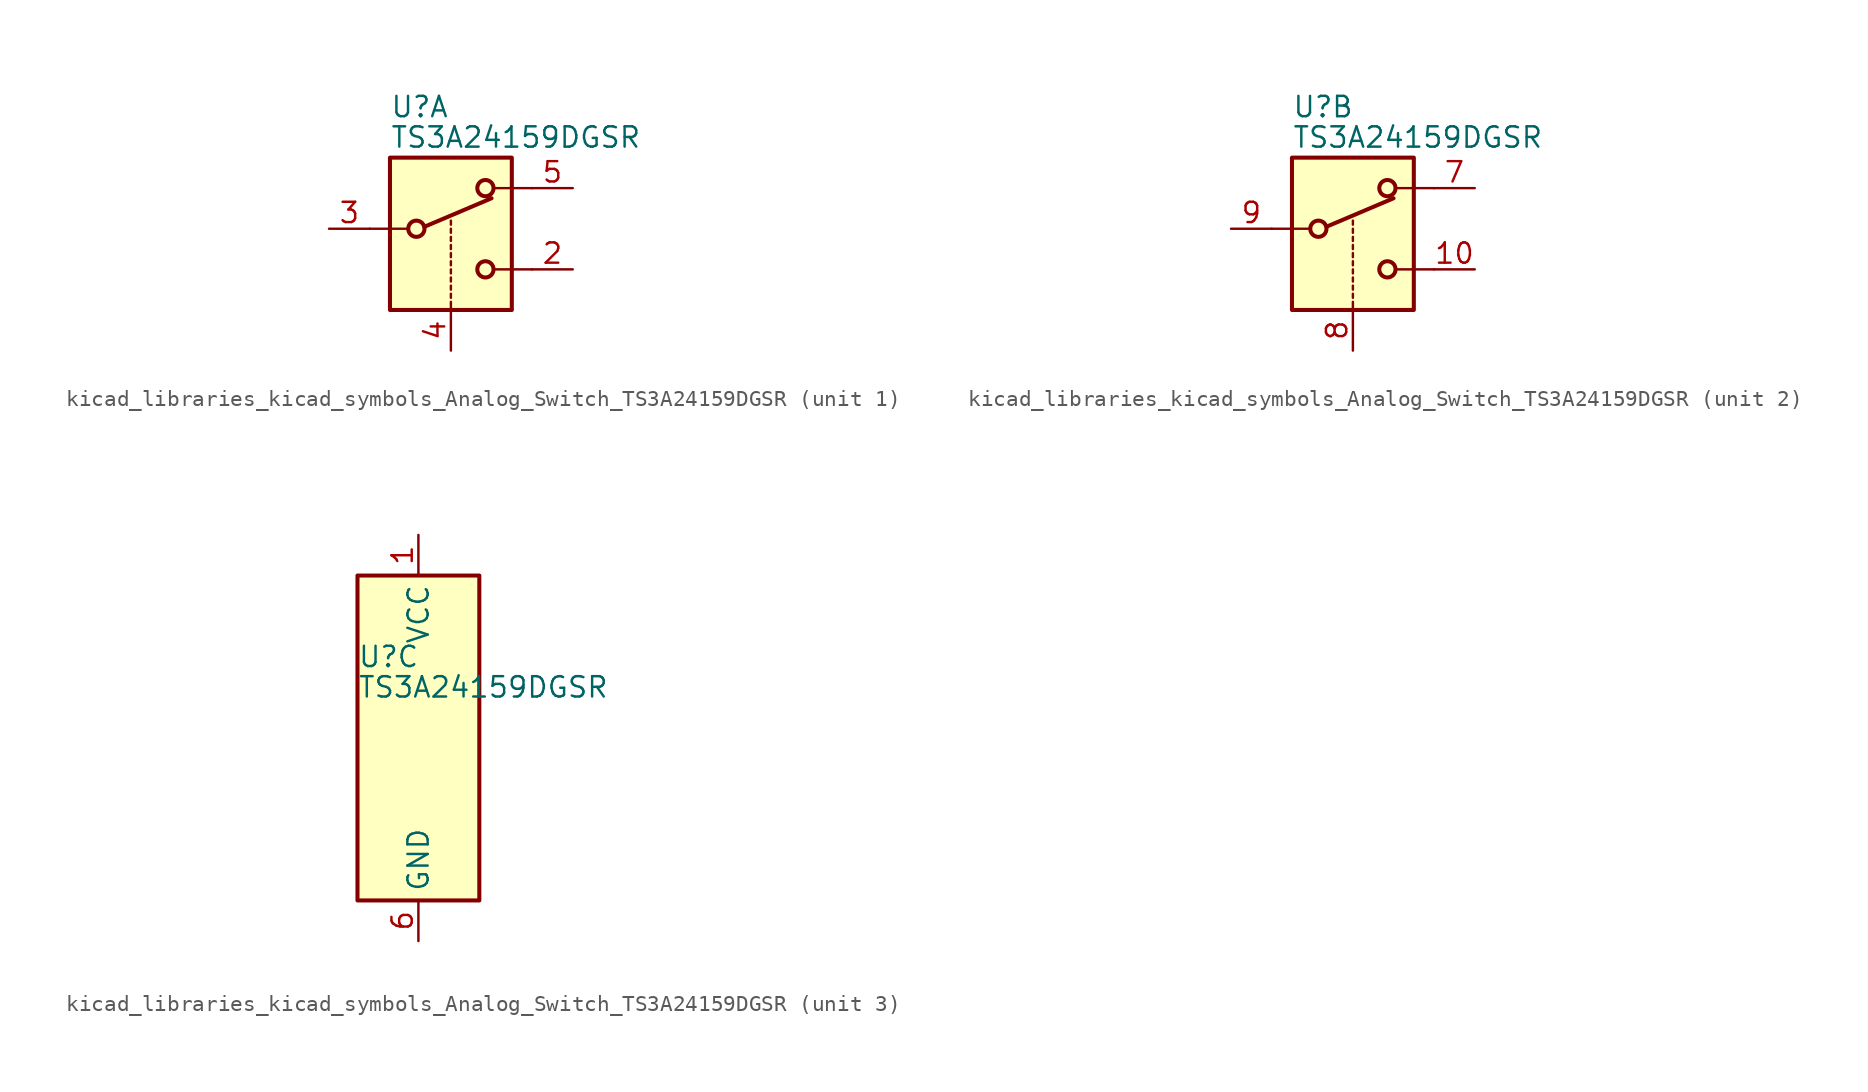
<source format=kicad_sym>
(kicad_symbol_lib
  (version 20220914)
  (generator kicad_symbol_editor)
  (symbol "kicad_libraries_kicad_symbols_Analog_Switch_TS3A24159DGSR"
    (property "Reference" "U"
      (at -3.81 5.08 0)
      (effects (font (size 1.27 1.27)) (justify left)))
    (property "Value" "TS3A24159DGSR"
      (at -3.81 3.175 0)
      (effects (font (size 1.27 1.27)) (justify left)))
    (property "ki_locked" ""
      (at 0 0 0)
      (effects (font (size 1.27 1.27))))
    (symbol "kicad_libraries_kicad_symbols_Analog_Switch_TS3A24159DGSR_1_1"
      (rectangle (start -3.81 1.905) (end 3.81 -7.62) (stroke (width 0.254) (type default)) (fill (type background)))
      (circle (center -2.159 -2.54) (radius 0.508) (stroke (width 0.254) (type default)) (fill (type none)))
      (polyline (pts (xy -5.08 -2.54) (xy -2.794 -2.54)) (stroke (width 0) (type default)) (fill (type none)))
      (polyline (pts (xy -1.651 -2.413) (xy 2.54 -0.635)) (stroke (width 0.254) (type default)) (fill (type none)))
      (polyline (pts (xy 0 -7.62) (xy 0 -7.112)) (stroke (width 0) (type default)) (fill (type none)))
      (polyline (pts (xy 0 -6.858) (xy 0 -6.604)) (stroke (width 0) (type default)) (fill (type none)))
      (polyline (pts (xy 0 -6.35) (xy 0 -6.096)) (stroke (width 0) (type default)) (fill (type none)))
      (polyline (pts (xy 0 -5.842) (xy 0 -5.588)) (stroke (width 0) (type default)) (fill (type none)))
      (polyline (pts (xy 0 -5.334) (xy 0 -5.08)) (stroke (width 0) (type default)) (fill (type none)))
      (polyline (pts (xy 0 -4.826) (xy 0 -4.572)) (stroke (width 0) (type default)) (fill (type none)))
      (polyline (pts (xy 0 -4.318) (xy 0 -4.064)) (stroke (width 0) (type default)) (fill (type none)))
      (polyline (pts (xy 0 -3.81) (xy 0 -3.556)) (stroke (width 0) (type default)) (fill (type none)))
      (polyline (pts (xy 0 -3.302) (xy 0 -3.048)) (stroke (width 0) (type default)) (fill (type none)))
      (polyline (pts (xy 0 -2.794) (xy 0 -2.54)) (stroke (width 0) (type default)) (fill (type none)))
      (polyline (pts (xy 0 -2.286) (xy 0 -2.032)) (stroke (width 0) (type default)) (fill (type none)))
      (polyline (pts (xy 5.08 -5.08) (xy 2.794 -5.08)) (stroke (width 0) (type default)) (fill (type none)))
      (polyline (pts (xy 5.08 0) (xy 2.794 0)) (stroke (width 0) (type default)) (fill (type none)))
      (circle (center 2.159 -5.08) (radius 0.508) (stroke (width 0.254) (type default)) (fill (type none)))
      (circle (center 2.159 0) (radius 0.508) (stroke (width 0.254) (type default)) (fill (type none)))
      (pin passive line (at 7.62 -5.08 180) (length 2.54) (name "~" (effects (font (size 1.27 1.27)))) (number "2" (effects (font (size 1.27 1.27)))))
      (pin passive line (at -7.62 -2.54 0) (length 2.54) (name "~" (effects (font (size 1.27 1.27)))) (number "3" (effects (font (size 1.27 1.27)))))
      (pin input line (at 0 -10.16 90) (length 2.54) (name "~" (effects (font (size 1.27 1.27)))) (number "4" (effects (font (size 1.27 1.27)))))
      (pin passive line (at 7.62 0 180) (length 2.54) (name "~" (effects (font (size 1.27 1.27)))) (number "5" (effects (font (size 1.27 1.27))))))
    (symbol "kicad_libraries_kicad_symbols_Analog_Switch_TS3A24159DGSR_2_1"
      (rectangle (start -3.81 1.905) (end 3.81 -7.62) (stroke (width 0.254) (type default)) (fill (type background)))
      (circle (center -2.159 -2.54) (radius 0.508) (stroke (width 0.254) (type default)) (fill (type none)))
      (polyline (pts (xy -5.08 -2.54) (xy -2.794 -2.54)) (stroke (width 0) (type default)) (fill (type none)))
      (polyline (pts (xy -1.651 -2.413) (xy 2.54 -0.635)) (stroke (width 0.254) (type default)) (fill (type none)))
      (polyline (pts (xy 0 -7.62) (xy 0 -7.112)) (stroke (width 0) (type default)) (fill (type none)))
      (polyline (pts (xy 0 -6.858) (xy 0 -6.604)) (stroke (width 0) (type default)) (fill (type none)))
      (polyline (pts (xy 0 -6.35) (xy 0 -6.096)) (stroke (width 0) (type default)) (fill (type none)))
      (polyline (pts (xy 0 -5.842) (xy 0 -5.588)) (stroke (width 0) (type default)) (fill (type none)))
      (polyline (pts (xy 0 -5.334) (xy 0 -5.08)) (stroke (width 0) (type default)) (fill (type none)))
      (polyline (pts (xy 0 -4.826) (xy 0 -4.572)) (stroke (width 0) (type default)) (fill (type none)))
      (polyline (pts (xy 0 -4.318) (xy 0 -4.064)) (stroke (width 0) (type default)) (fill (type none)))
      (polyline (pts (xy 0 -3.81) (xy 0 -3.556)) (stroke (width 0) (type default)) (fill (type none)))
      (polyline (pts (xy 0 -3.302) (xy 0 -3.048)) (stroke (width 0) (type default)) (fill (type none)))
      (polyline (pts (xy 0 -2.794) (xy 0 -2.54)) (stroke (width 0) (type default)) (fill (type none)))
      (polyline (pts (xy 0 -2.286) (xy 0 -2.032)) (stroke (width 0) (type default)) (fill (type none)))
      (polyline (pts (xy 5.08 -5.08) (xy 2.794 -5.08)) (stroke (width 0) (type default)) (fill (type none)))
      (polyline (pts (xy 5.08 0) (xy 2.794 0)) (stroke (width 0) (type default)) (fill (type none)))
      (circle (center 2.159 -5.08) (radius 0.508) (stroke (width 0.254) (type default)) (fill (type none)))
      (circle (center 2.159 0) (radius 0.508) (stroke (width 0.254) (type default)) (fill (type none)))
      (pin passive line (at 7.62 -5.08 180) (length 2.54) (name "~" (effects (font (size 1.27 1.27)))) (number "10" (effects (font (size 1.27 1.27)))))
      (pin passive line (at 7.62 0 180) (length 2.54) (name "~" (effects (font (size 1.27 1.27)))) (number "7" (effects (font (size 1.27 1.27)))))
      (pin input line (at 0 -10.16 90) (length 2.54) (name "~" (effects (font (size 1.27 1.27)))) (number "8" (effects (font (size 1.27 1.27)))))
      (pin passive line (at -7.62 -2.54 0) (length 2.54) (name "~" (effects (font (size 1.27 1.27)))) (number "9" (effects (font (size 1.27 1.27))))))
    (symbol "kicad_libraries_kicad_symbols_Analog_Switch_TS3A24159DGSR_3_1"
      (rectangle (start -3.81 10.16) (end 3.81 -10.16) (stroke (width 0.254) (type default)) (fill (type background)))
      (pin power_in line (at 0 12.7 270) (length 2.54) (name "VCC" (effects (font (size 1.27 1.27)))) (number "1" (effects (font (size 1.27 1.27)))))
      (pin power_in line (at 0 -12.7 90) (length 2.54) (name "GND" (effects (font (size 1.27 1.27)))) (number "6" (effects (font (size 1.27 1.27))))))))
</source>
